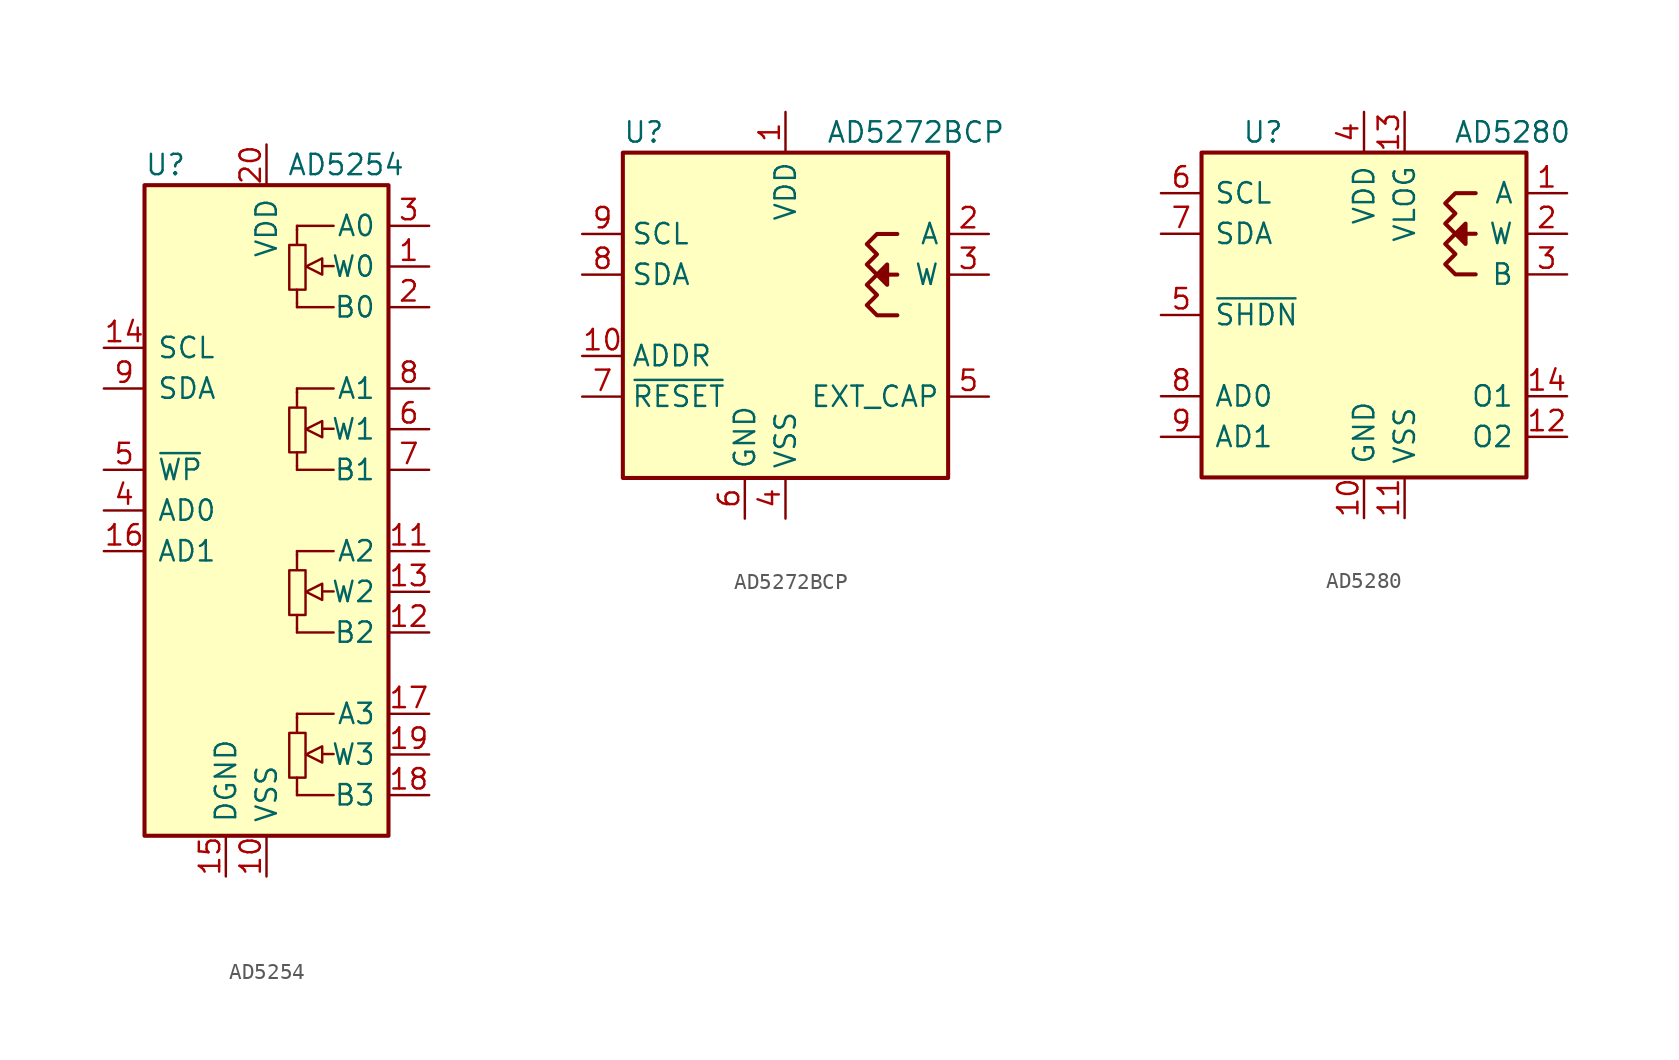
<source format=kicad_sym>
(kicad_symbol_lib
  (version 20220914)
  (generator kicad_symbol_editor)
  (symbol "AD5254"
    (pin_names
      (offset 0.762))
    (property "Reference" "U"
      (at -7.62 21.59 0)
      (effects (font (size 1.27 1.27)) (justify left)))
    (property "Value" "AD5254"
      (at 1.27 21.59 0)
      (effects (font (size 1.27 1.27)) (justify left)))
    (symbol "AD5254_0_1"
      (rectangle (start -7.62 20.32) (end 7.62 -20.32) (stroke (width 0.254) (type default)) (fill (type background))))
    (symbol "AD5254_1_1"
      (polyline (pts (xy 1.905 -17.526) (xy 1.905 -16.688)) (stroke (width 0) (type default)) (fill (type none)))
      (polyline (pts (xy 1.905 -12.929) (xy 1.905 -13.868)) (stroke (width 0) (type default)) (fill (type none)))
      (polyline (pts (xy 1.905 -7.366) (xy 1.905 -6.528)) (stroke (width 0) (type default)) (fill (type none)))
      (polyline (pts (xy 1.905 -2.769) (xy 1.905 -3.708)) (stroke (width 0) (type default)) (fill (type none)))
      (polyline (pts (xy 1.905 2.794) (xy 1.905 3.632)) (stroke (width 0) (type default)) (fill (type none)))
      (polyline (pts (xy 1.905 7.391) (xy 1.905 6.452)) (stroke (width 0) (type default)) (fill (type none)))
      (polyline (pts (xy 1.905 12.954) (xy 1.905 13.792)) (stroke (width 0) (type default)) (fill (type none)))
      (polyline (pts (xy 1.905 17.551) (xy 1.905 16.612)) (stroke (width 0) (type default)) (fill (type none)))
      (polyline (pts (xy 3.48 -15.215) (xy 4.191 -15.215)) (stroke (width 0) (type default)) (fill (type none)))
      (polyline (pts (xy 3.48 -5.055) (xy 4.191 -5.055)) (stroke (width 0) (type default)) (fill (type none)))
      (polyline (pts (xy 3.48 5.105) (xy 4.191 5.105)) (stroke (width 0) (type default)) (fill (type none)))
      (polyline (pts (xy 3.48 15.265) (xy 4.191 15.265)) (stroke (width 0) (type default)) (fill (type none)))
      (polyline (pts (xy 1.905 -17.78) (xy 1.905 -17.526) (xy 1.905 -17.526)) (stroke (width 0) (type default)) (fill (type background)))
      (polyline (pts (xy 1.905 -17.78) (xy 4.191 -17.78) (xy 4.191 -17.78)) (stroke (width 0) (type default)) (fill (type background)))
      (polyline (pts (xy 1.905 -12.7) (xy 1.905 -12.954) (xy 1.905 -12.954)) (stroke (width 0) (type default)) (fill (type none)))
      (polyline (pts (xy 1.905 -12.7) (xy 4.191 -12.7) (xy 4.191 -12.7)) (stroke (width 0) (type default)) (fill (type background)))
      (polyline (pts (xy 1.905 -7.62) (xy 1.905 -7.366) (xy 1.905 -7.366)) (stroke (width 0) (type default)) (fill (type background)))
      (polyline (pts (xy 1.905 -7.62) (xy 4.191 -7.62) (xy 4.191 -7.62)) (stroke (width 0) (type default)) (fill (type background)))
      (polyline (pts (xy 1.905 -2.54) (xy 1.905 -2.794) (xy 1.905 -2.794)) (stroke (width 0) (type default)) (fill (type none)))
      (polyline (pts (xy 1.905 -2.54) (xy 4.191 -2.54) (xy 4.191 -2.54)) (stroke (width 0) (type default)) (fill (type background)))
      (polyline (pts (xy 1.905 2.54) (xy 1.905 2.794) (xy 1.905 2.794)) (stroke (width 0) (type default)) (fill (type background)))
      (polyline (pts (xy 1.905 2.54) (xy 4.191 2.54) (xy 4.191 2.54)) (stroke (width 0) (type default)) (fill (type background)))
      (polyline (pts (xy 1.905 7.62) (xy 1.905 7.366) (xy 1.905 7.366)) (stroke (width 0) (type default)) (fill (type none)))
      (polyline (pts (xy 1.905 7.62) (xy 4.191 7.62) (xy 4.191 7.62)) (stroke (width 0) (type default)) (fill (type background)))
      (polyline (pts (xy 1.905 12.7) (xy 1.905 12.954) (xy 1.905 12.954)) (stroke (width 0) (type default)) (fill (type background)))
      (polyline (pts (xy 1.905 12.7) (xy 4.191 12.7) (xy 4.191 12.7)) (stroke (width 0) (type default)) (fill (type background)))
      (polyline (pts (xy 1.905 17.78) (xy 1.905 17.526) (xy 1.905 17.526)) (stroke (width 0) (type default)) (fill (type none)))
      (polyline (pts (xy 1.905 17.78) (xy 4.191 17.78) (xy 4.191 17.78)) (stroke (width 0) (type default)) (fill (type background)))
      (polyline (pts (xy 3.48 -14.732) (xy 3.48 -15.748) (xy 2.464 -15.24) (xy 3.48 -14.732) (xy 3.48 -14.732)) (stroke (width 0) (type default)) (fill (type background)))
      (polyline (pts (xy 3.48 -4.572) (xy 3.48 -5.588) (xy 2.464 -5.08) (xy 3.48 -4.572) (xy 3.48 -4.572)) (stroke (width 0) (type default)) (fill (type background)))
      (polyline (pts (xy 3.48 5.588) (xy 3.48 4.572) (xy 2.464 5.08) (xy 3.48 5.588) (xy 3.48 5.588)) (stroke (width 0) (type default)) (fill (type background)))
      (polyline (pts (xy 3.48 15.748) (xy 3.48 14.732) (xy 2.464 15.24) (xy 3.48 15.748) (xy 3.48 15.748)) (stroke (width 0) (type default)) (fill (type background)))
      (rectangle (start 1.422 -13.894) (end 2.438 -16.688) (stroke (width 0) (type default)) (fill (type none)))
      (rectangle (start 1.422 -3.734) (end 2.438 -6.528) (stroke (width 0) (type default)) (fill (type none)))
      (rectangle (start 1.422 6.426) (end 2.438 3.632) (stroke (width 0) (type default)) (fill (type none)))
      (rectangle (start 1.422 16.586) (end 2.438 13.792) (stroke (width 0) (type default)) (fill (type none)))
      (pin passive line (at 10.16 15.24 180) (length 2.54) (name "W0" (effects (font (size 1.27 1.27)))) (number "1" (effects (font (size 1.27 1.27)))))
      (pin power_in line (at 0 -22.86 90) (length 2.54) (name "VSS" (effects (font (size 1.27 1.27)))) (number "10" (effects (font (size 1.27 1.27)))))
      (pin passive line (at 10.16 -2.54 180) (length 2.54) (name "A2" (effects (font (size 1.27 1.27)))) (number "11" (effects (font (size 1.27 1.27)))))
      (pin passive line (at 10.16 -7.62 180) (length 2.54) (name "B2" (effects (font (size 1.27 1.27)))) (number "12" (effects (font (size 1.27 1.27)))))
      (pin passive line (at 10.16 -5.08 180) (length 2.54) (name "W2" (effects (font (size 1.27 1.27)))) (number "13" (effects (font (size 1.27 1.27)))))
      (pin input line (at -10.16 10.16 0) (length 2.54) (name "SCL" (effects (font (size 1.27 1.27)))) (number "14" (effects (font (size 1.27 1.27)))))
      (pin power_in line (at -2.54 -22.86 90) (length 2.54) (name "DGND" (effects (font (size 1.27 1.27)))) (number "15" (effects (font (size 1.27 1.27)))))
      (pin input line (at -10.16 -2.54 0) (length 2.54) (name "AD1" (effects (font (size 1.27 1.27)))) (number "16" (effects (font (size 1.27 1.27)))))
      (pin passive line (at 10.16 -12.7 180) (length 2.54) (name "A3" (effects (font (size 1.27 1.27)))) (number "17" (effects (font (size 1.27 1.27)))))
      (pin passive line (at 10.16 -17.78 180) (length 2.54) (name "B3" (effects (font (size 1.27 1.27)))) (number "18" (effects (font (size 1.27 1.27)))))
      (pin passive line (at 10.16 -15.24 180) (length 2.54) (name "W3" (effects (font (size 1.27 1.27)))) (number "19" (effects (font (size 1.27 1.27)))))
      (pin passive line (at 10.16 12.7 180) (length 2.54) (name "B0" (effects (font (size 1.27 1.27)))) (number "2" (effects (font (size 1.27 1.27)))))
      (pin power_in line (at 0 22.86 270) (length 2.54) (name "VDD" (effects (font (size 1.27 1.27)))) (number "20" (effects (font (size 1.27 1.27)))))
      (pin passive line (at 10.16 17.78 180) (length 2.54) (name "A0" (effects (font (size 1.27 1.27)))) (number "3" (effects (font (size 1.27 1.27)))))
      (pin input line (at -10.16 0 0) (length 2.54) (name "AD0" (effects (font (size 1.27 1.27)))) (number "4" (effects (font (size 1.27 1.27)))))
      (pin input line (at -10.16 2.54 0) (length 2.54) (name "~{WP}" (effects (font (size 1.27 1.27)))) (number "5" (effects (font (size 1.27 1.27)))))
      (pin passive line (at 10.16 5.08 180) (length 2.54) (name "W1" (effects (font (size 1.27 1.27)))) (number "6" (effects (font (size 1.27 1.27)))))
      (pin passive line (at 10.16 2.54 180) (length 2.54) (name "B1" (effects (font (size 1.27 1.27)))) (number "7" (effects (font (size 1.27 1.27)))))
      (pin passive line (at 10.16 7.62 180) (length 2.54) (name "A1" (effects (font (size 1.27 1.27)))) (number "8" (effects (font (size 1.27 1.27)))))
      (pin bidirectional line (at -10.16 7.62 0) (length 2.54) (name "SDA" (effects (font (size 1.27 1.27)))) (number "9" (effects (font (size 1.27 1.27)))))))
  (symbol "AD5272BCP"
    (property "Reference" "U"
      (at -10.16 11.43 0)
      (effects (font (size 1.27 1.27)) (justify left)))
    (property "Value" "AD5272BCP"
      (at 2.54 11.43 0)
      (effects (font (size 1.27 1.27)) (justify left)))
    (symbol "AD5272BCP_0_1"
      (rectangle (start -10.16 10.16) (end 10.16 -10.16) (stroke (width 0.254) (type default)) (fill (type background)))
      (polyline (pts (xy 6.985 2.54) (xy 6.35 2.54) (xy 5.715 2.54) (xy 6.35 3.175) (xy 6.35 1.905) (xy 5.715 2.54)) (stroke (width 0.254) (type default)) (fill (type outline)))
      (polyline (pts (xy 6.985 5.08) (xy 5.715 5.08) (xy 5.08 4.445) (xy 5.715 3.81) (xy 5.08 3.175) (xy 5.715 2.54) (xy 5.08 1.905) (xy 5.715 1.27) (xy 5.08 0.635) (xy 5.715 0) (xy 6.985 0)) (stroke (width 0.254) (type default)) (fill (type none))))
    (symbol "AD5272BCP_1_1"
      (pin power_in line (at 0 12.7 270) (length 2.54) (name "VDD" (effects (font (size 1.27 1.27)))) (number "1" (effects (font (size 1.27 1.27)))))
      (pin passive line (at -12.7 -2.54 0) (length 2.54) (name "ADDR" (effects (font (size 1.27 1.27)))) (number "10" (effects (font (size 1.27 1.27)))))
      (pin passive line (at 0 -12.7 90) (length 2.54) hide (name "VSS" (effects (font (size 1.27 1.27)))) (number "11" (effects (font (size 1.27 1.27)))))
      (pin passive line (at 12.7 5.08 180) (length 2.54) (name "A" (effects (font (size 1.27 1.27)))) (number "2" (effects (font (size 1.27 1.27)))))
      (pin passive line (at 12.7 2.54 180) (length 2.54) (name "W" (effects (font (size 1.27 1.27)))) (number "3" (effects (font (size 1.27 1.27)))))
      (pin power_in line (at 0 -12.7 90) (length 2.54) (name "VSS" (effects (font (size 1.27 1.27)))) (number "4" (effects (font (size 1.27 1.27)))))
      (pin passive line (at 12.7 -5.08 180) (length 2.54) (name "EXT_CAP" (effects (font (size 1.27 1.27)))) (number "5" (effects (font (size 1.27 1.27)))))
      (pin power_in line (at -2.54 -12.7 90) (length 2.54) (name "GND" (effects (font (size 1.27 1.27)))) (number "6" (effects (font (size 1.27 1.27)))))
      (pin input line (at -12.7 -5.08 0) (length 2.54) (name "~{RESET}" (effects (font (size 1.27 1.27)))) (number "7" (effects (font (size 1.27 1.27)))))
      (pin bidirectional line (at -12.7 2.54 0) (length 2.54) (name "SDA" (effects (font (size 1.27 1.27)))) (number "8" (effects (font (size 1.27 1.27)))))
      (pin input line (at -12.7 5.08 0) (length 2.54) (name "SCL" (effects (font (size 1.27 1.27)))) (number "9" (effects (font (size 1.27 1.27)))))))
  (symbol "AD5280"
    (pin_names
      (offset 0.762))
    (property "Reference" "U"
      (at -7.62 11.43 0)
      (effects (font (size 1.27 1.27)) (justify left)))
    (property "Value" "AD5280"
      (at 5.588 11.43 0)
      (effects (font (size 1.27 1.27)) (justify left)))
    (symbol "AD5280_0_1"
      (rectangle (start -10.16 10.16) (end 10.16 -10.16) (stroke (width 0.254) (type default)) (fill (type background)))
      (polyline (pts (xy 6.985 5.08) (xy 6.35 5.08) (xy 5.715 5.08) (xy 6.35 5.715) (xy 6.35 4.445) (xy 5.715 5.08)) (stroke (width 0.254) (type default)) (fill (type outline)))
      (polyline (pts (xy 6.985 7.62) (xy 5.715 7.62) (xy 5.08 6.985) (xy 5.715 6.35) (xy 5.08 5.715) (xy 5.715 5.08) (xy 5.08 4.445) (xy 5.715 3.81) (xy 5.08 3.175) (xy 5.715 2.54) (xy 6.985 2.54)) (stroke (width 0.254) (type default)) (fill (type none))))
    (symbol "AD5280_1_1"
      (pin passive line (at 12.7 7.62 180) (length 2.54) (name "A" (effects (font (size 1.27 1.27)))) (number "1" (effects (font (size 1.27 1.27)))))
      (pin power_in line (at 0 -12.7 90) (length 2.54) (name "GND" (effects (font (size 1.27 1.27)))) (number "10" (effects (font (size 1.27 1.27)))))
      (pin power_in line (at 2.54 -12.7 90) (length 2.54) (name "VSS" (effects (font (size 1.27 1.27)))) (number "11" (effects (font (size 1.27 1.27)))))
      (pin output line (at 12.7 -7.62 180) (length 2.54) (name "O2" (effects (font (size 1.27 1.27)))) (number "12" (effects (font (size 1.27 1.27)))))
      (pin power_in line (at 2.54 12.7 270) (length 2.54) (name "VLOG" (effects (font (size 1.27 1.27)))) (number "13" (effects (font (size 1.27 1.27)))))
      (pin output line (at 12.7 -5.08 180) (length 2.54) (name "O1" (effects (font (size 1.27 1.27)))) (number "14" (effects (font (size 1.27 1.27)))))
      (pin passive line (at 12.7 5.08 180) (length 2.54) (name "W" (effects (font (size 1.27 1.27)))) (number "2" (effects (font (size 1.27 1.27)))))
      (pin passive line (at 12.7 2.54 180) (length 2.54) (name "B" (effects (font (size 1.27 1.27)))) (number "3" (effects (font (size 1.27 1.27)))))
      (pin power_in line (at 0 12.7 270) (length 2.54) (name "VDD" (effects (font (size 1.27 1.27)))) (number "4" (effects (font (size 1.27 1.27)))))
      (pin input line (at -12.7 0 0) (length 2.54) (name "~{SHDN}" (effects (font (size 1.27 1.27)))) (number "5" (effects (font (size 1.27 1.27)))))
      (pin input line (at -12.7 7.62 0) (length 2.54) (name "SCL" (effects (font (size 1.27 1.27)))) (number "6" (effects (font (size 1.27 1.27)))))
      (pin bidirectional line (at -12.7 5.08 0) (length 2.54) (name "SDA" (effects (font (size 1.27 1.27)))) (number "7" (effects (font (size 1.27 1.27)))))
      (pin input line (at -12.7 -5.08 0) (length 2.54) (name "AD0" (effects (font (size 1.27 1.27)))) (number "8" (effects (font (size 1.27 1.27)))))
      (pin input line (at -12.7 -7.62 0) (length 2.54) (name "AD1" (effects (font (size 1.27 1.27)))) (number "9" (effects (font (size 1.27 1.27))))))))
</source>
